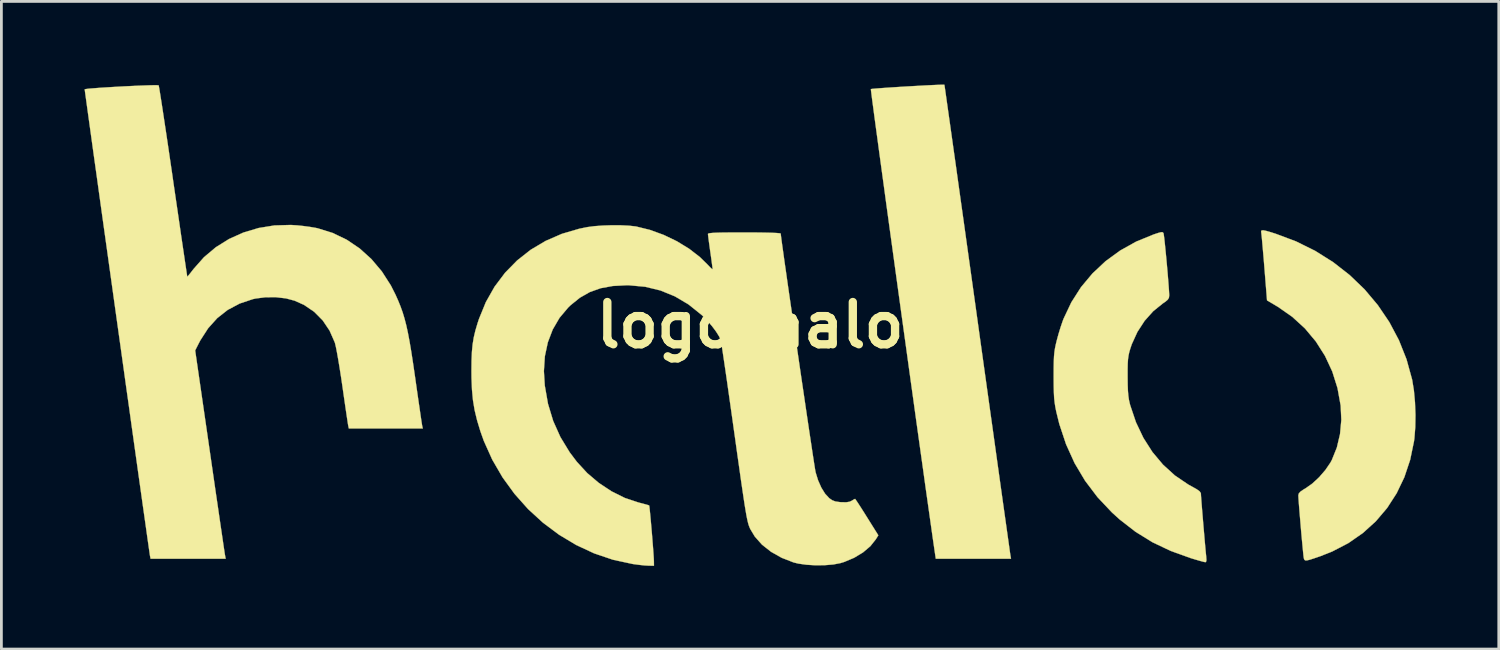
<source format=kicad_pcb>
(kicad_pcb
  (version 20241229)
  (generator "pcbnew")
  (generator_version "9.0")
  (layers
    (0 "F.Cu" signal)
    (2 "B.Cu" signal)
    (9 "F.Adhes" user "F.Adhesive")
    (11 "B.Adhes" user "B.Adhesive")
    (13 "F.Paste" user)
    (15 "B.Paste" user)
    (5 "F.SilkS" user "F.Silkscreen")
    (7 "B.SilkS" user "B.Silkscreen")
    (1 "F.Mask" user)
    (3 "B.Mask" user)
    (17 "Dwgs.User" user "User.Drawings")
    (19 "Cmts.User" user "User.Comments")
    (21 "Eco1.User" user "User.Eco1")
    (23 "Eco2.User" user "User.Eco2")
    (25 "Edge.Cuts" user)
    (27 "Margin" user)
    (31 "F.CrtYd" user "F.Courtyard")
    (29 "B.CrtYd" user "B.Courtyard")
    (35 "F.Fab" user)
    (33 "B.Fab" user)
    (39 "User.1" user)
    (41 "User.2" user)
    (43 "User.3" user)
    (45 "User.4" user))
  (footprint "logo_halo"
    (layer "F.Cu")
    (at 24.008 8.678)
    (property "Reference" "logo_halo" (at 0 0 0) (layer "F.SilkS") (effects (font (size 1.524 1.524) (thickness 0.3))))
    (attr through_hole)
    (fp_poly (pts (xy 18.605 -3.402) (xy 18.767 -3.356) (xy 18.953 -3.297) (xy 19.691 -3.02) (xy 20.384 -2.676) (xy 21.029 -2.27) (xy 21.623 -1.806) (xy 22.161 -1.289) (xy 22.638 -0.722) (xy 23.052 -0.111) (xy 23.398 0.542) (xy 23.672 1.23) (xy 23.871 1.951) (xy 23.878 1.983) (xy 23.939 2.359) (xy 23.978 2.787) (xy 23.995 3.237) (xy 23.988 3.678) (xy 23.957 4.079) (xy 23.942 4.188) (xy 23.804 4.856) (xy 23.595 5.482) (xy 23.316 6.063) (xy 22.973 6.594) (xy 22.566 7.073) (xy 22.099 7.496) (xy 21.574 7.861) (xy 20.995 8.162) (xy 20.574 8.329) (xy 20.347 8.407) (xy 20.187 8.459) (xy 20.083 8.484) (xy 20.02 8.485) (xy 19.987 8.46) (xy 19.97 8.412) (xy 19.963 8.372) (xy 19.952 8.285) (xy 19.937 8.13) (xy 19.917 7.923) (xy 19.894 7.678) (xy 19.87 7.411) (xy 19.847 7.135) (xy 19.824 6.865) (xy 19.804 6.618) (xy 19.787 6.406) (xy 19.776 6.245) (xy 19.771 6.15) (xy 19.771 6.138) (xy 19.787 6.071) (xy 19.845 6.005) (xy 19.958 5.927) (xy 20.029 5.886) (xy 20.273 5.714) (xy 20.519 5.486) (xy 20.745 5.225) (xy 20.929 4.955) (xy 20.979 4.863) (xy 21.159 4.416) (xy 21.274 3.929) (xy 21.321 3.417) (xy 21.297 2.9) (xy 21.183 2.269) (xy 20.994 1.67) (xy 20.732 1.108) (xy 20.402 0.588) (xy 20.007 0.116) (xy 19.55 -0.301) (xy 19.036 -0.66) (xy 19.004 -0.679) (xy 18.641 -0.894) (xy 18.547 -2.066) (xy 18.522 -2.377) (xy 18.497 -2.664) (xy 18.475 -2.914) (xy 18.457 -3.117) (xy 18.442 -3.26) (xy 18.434 -3.332) (xy 18.433 -3.334) (xy 18.428 -3.387) (xy 18.447 -3.417) (xy 18.503 -3.422) (xy 18.605 -3.402)) (stroke (width 0.01) (type solid)) (fill yes) (layer "F.SilkS"))
    (fp_poly (pts (xy 7.004 -8.671) (xy 7.011 -8.628) (xy 7.029 -8.506) (xy 7.057 -8.307) (xy 7.095 -8.037) (xy 7.143 -7.698) (xy 7.2 -7.296) (xy 7.265 -6.834) (xy 7.338 -6.315) (xy 7.419 -5.745) (xy 7.505 -5.127) (xy 7.598 -4.464) (xy 7.697 -3.761) (xy 7.8 -3.022) (xy 7.908 -2.251) (xy 8.02 -1.452) (xy 8.135 -0.628) (xy 8.187 -0.254) (xy 8.303 0.581) (xy 8.417 1.395) (xy 8.527 2.183) (xy 8.633 2.942) (xy 8.735 3.667) (xy 8.831 4.355) (xy 8.921 5.001) (xy 9.005 5.602) (xy 9.082 6.152) (xy 9.152 6.649) (xy 9.214 7.088) (xy 9.267 7.465) (xy 9.311 7.776) (xy 9.345 8.018) (xy 9.368 8.185) (xy 9.381 8.274) (xy 9.383 8.287) (xy 9.407 8.424) (xy 6.694 8.424) (xy 6.667 8.244) (xy 6.63 7.988) (xy 6.583 7.666) (xy 6.529 7.284) (xy 6.467 6.846) (xy 6.398 6.357) (xy 6.322 5.823) (xy 6.242 5.246) (xy 6.156 4.634) (xy 6.066 3.99) (xy 5.972 3.319) (xy 5.876 2.625) (xy 5.777 1.915) (xy 5.677 1.192) (xy 5.576 0.462) (xy 5.474 -0.271) (xy 5.373 -1.003) (xy 5.273 -1.727) (xy 5.175 -2.44) (xy 5.079 -3.136) (xy 4.986 -3.812) (xy 4.897 -4.461) (xy 4.813 -5.08) (xy 4.733 -5.663) (xy 4.659 -6.205) (xy 4.592 -6.702) (xy 4.531 -7.15) (xy 4.478 -7.542) (xy 4.434 -7.875) (xy 4.398 -8.143) (xy 4.373 -8.342) (xy 4.357 -8.467) (xy 4.353 -8.514) (xy 4.353 -8.514) (xy 4.4 -8.522) (xy 4.518 -8.533) (xy 4.695 -8.547) (xy 4.919 -8.563) (xy 5.178 -8.58) (xy 5.458 -8.598) (xy 5.748 -8.615) (xy 6.035 -8.631) (xy 6.307 -8.646) (xy 6.55 -8.658) (xy 6.753 -8.667) (xy 6.904 -8.672) (xy 6.989 -8.673) (xy 7.004 -8.671)) (stroke (width 0.01) (type solid)) (fill yes) (layer "F.SilkS"))
    (fp_poly (pts (xy 14.873 -3.353) (xy 14.9 -3.329) (xy 14.909 -3.311) (xy 14.919 -3.251) (xy 14.936 -3.122) (xy 14.956 -2.936) (xy 14.979 -2.708) (xy 15.004 -2.451) (xy 15.029 -2.181) (xy 15.053 -1.91) (xy 15.074 -1.654) (xy 15.092 -1.425) (xy 15.105 -1.239) (xy 15.112 -1.109) (xy 15.113 -1.071) (xy 15.103 -0.99) (xy 15.063 -0.922) (xy 14.976 -0.847) (xy 14.883 -0.784) (xy 14.535 -0.503) (xy 14.226 -0.157) (xy 13.966 0.243) (xy 13.764 0.685) (xy 13.709 0.847) (xy 13.671 0.977) (xy 13.645 1.099) (xy 13.627 1.23) (xy 13.617 1.39) (xy 13.613 1.597) (xy 13.613 1.863) (xy 13.616 2.149) (xy 13.624 2.37) (xy 13.639 2.546) (xy 13.661 2.697) (xy 13.694 2.842) (xy 13.708 2.893) (xy 13.914 3.503) (xy 14.182 4.066) (xy 14.508 4.577) (xy 14.889 5.031) (xy 15.319 5.422) (xy 15.797 5.746) (xy 15.937 5.823) (xy 16.109 5.92) (xy 16.211 5.995) (xy 16.253 6.057) (xy 16.256 6.074) (xy 16.259 6.142) (xy 16.269 6.28) (xy 16.284 6.474) (xy 16.303 6.71) (xy 16.325 6.973) (xy 16.348 7.249) (xy 16.372 7.524) (xy 16.394 7.783) (xy 16.415 8.013) (xy 16.432 8.198) (xy 16.445 8.325) (xy 16.447 8.35) (xy 16.456 8.479) (xy 16.44 8.54) (xy 16.416 8.549) (xy 16.356 8.537) (xy 16.233 8.504) (xy 16.067 8.456) (xy 15.891 8.403) (xy 15.173 8.145) (xy 14.511 7.831) (xy 13.899 7.453) (xy 13.326 7.008) (xy 13.048 6.756) (xy 12.527 6.204) (xy 12.079 5.612) (xy 11.701 4.977) (xy 11.392 4.295) (xy 11.149 3.564) (xy 11.04 3.122) (xy 11.006 2.952) (xy 10.981 2.793) (xy 10.963 2.625) (xy 10.953 2.43) (xy 10.947 2.19) (xy 10.945 1.886) (xy 10.945 1.841) (xy 10.946 1.543) (xy 10.95 1.31) (xy 10.958 1.127) (xy 10.972 0.975) (xy 10.993 0.836) (xy 11.023 0.692) (xy 11.058 0.548) (xy 11.121 0.317) (xy 11.196 0.072) (xy 11.271 -0.148) (xy 11.304 -0.235) (xy 11.583 -0.824) (xy 11.931 -1.369) (xy 12.345 -1.865) (xy 12.819 -2.309) (xy 13.348 -2.694) (xy 13.926 -3.016) (xy 14.55 -3.271) (xy 14.565 -3.276) (xy 14.723 -3.328) (xy 14.82 -3.353) (xy 14.873 -3.353)) (stroke (width 0.01) (type solid)) (fill yes) (layer "F.SilkS"))
    (fp_poly (pts (xy -21.359 -8.653) (xy -21.336 -8.648) (xy -21.326 -8.602) (xy -21.304 -8.478) (xy -21.273 -8.284) (xy -21.232 -8.024) (xy -21.183 -7.705) (xy -21.127 -7.334) (xy -21.064 -6.917) (xy -20.996 -6.461) (xy -20.924 -5.97) (xy -20.848 -5.453) (xy -20.81 -5.186) (xy -20.733 -4.658) (xy -20.659 -4.154) (xy -20.59 -3.681) (xy -20.527 -3.246) (xy -20.469 -2.854) (xy -20.418 -2.511) (xy -20.376 -2.224) (xy -20.342 -1.999) (xy -20.319 -1.842) (xy -20.306 -1.759) (xy -20.303 -1.748) (xy -20.276 -1.775) (xy -20.21 -1.855) (xy -20.117 -1.974) (xy -20.07 -2.034) (xy -19.7 -2.452) (xy -19.273 -2.811) (xy -18.797 -3.108) (xy -18.281 -3.34) (xy -17.732 -3.504) (xy -17.159 -3.597) (xy -16.569 -3.614) (xy -16.331 -3.599) (xy -16.106 -3.575) (xy -15.876 -3.544) (xy -15.677 -3.51) (xy -15.6 -3.494) (xy -15.06 -3.326) (xy -14.554 -3.083) (xy -14.087 -2.768) (xy -13.663 -2.385) (xy -13.286 -1.939) (xy -12.961 -1.433) (xy -12.791 -1.096) (xy -12.695 -0.88) (xy -12.611 -0.672) (xy -12.536 -0.463) (xy -12.469 -0.242) (xy -12.406 0.001) (xy -12.346 0.275) (xy -12.286 0.591) (xy -12.224 0.959) (xy -12.158 1.388) (xy -12.085 1.889) (xy -12.065 2.032) (xy -12.015 2.383) (xy -11.968 2.709) (xy -11.925 3.002) (xy -11.889 3.251) (xy -11.86 3.446) (xy -11.84 3.576) (xy -11.831 3.63) (xy -11.809 3.725) (xy -14.476 3.725) (xy -14.497 3.63) (xy -14.508 3.566) (xy -14.529 3.429) (xy -14.559 3.229) (xy -14.596 2.979) (xy -14.638 2.689) (xy -14.684 2.369) (xy -14.708 2.201) (xy -14.758 1.862) (xy -14.809 1.538) (xy -14.858 1.243) (xy -14.903 0.989) (xy -14.942 0.789) (xy -14.974 0.654) (xy -14.984 0.621) (xy -15.171 0.196) (xy -15.419 -0.172) (xy -15.726 -0.482) (xy -16.088 -0.728) (xy -16.425 -0.881) (xy -16.743 -0.966) (xy -17.105 -1.008) (xy -17.48 -1.007) (xy -17.839 -0.961) (xy -17.942 -0.938) (xy -18.419 -0.778) (xy -18.846 -0.55) (xy -19.222 -0.255) (xy -19.55 0.11) (xy -19.831 0.545) (xy -19.89 0.657) (xy -20.019 0.911) (xy -19.494 4.53) (xy -19.415 5.077) (xy -19.339 5.601) (xy -19.267 6.098) (xy -19.199 6.559) (xy -19.138 6.98) (xy -19.083 7.354) (xy -19.036 7.673) (xy -18.998 7.933) (xy -18.969 8.127) (xy -18.951 8.248) (xy -18.944 8.287) (xy -18.919 8.424) (xy -21.626 8.424) (xy -21.65 8.308) (xy -21.657 8.257) (xy -21.676 8.127) (xy -21.705 7.924) (xy -21.744 7.651) (xy -21.791 7.315) (xy -21.847 6.919) (xy -21.911 6.469) (xy -21.981 5.969) (xy -22.058 5.425) (xy -22.14 4.84) (xy -22.227 4.221) (xy -22.318 3.572) (xy -22.412 2.897) (xy -22.51 2.203) (xy -22.609 1.492) (xy -22.71 0.771) (xy -22.812 0.044) (xy -22.914 -0.684) (xy -23.015 -1.408) (xy -23.115 -2.123) (xy -23.213 -2.824) (xy -23.309 -3.508) (xy -23.401 -4.167) (xy -23.489 -4.799) (xy -23.572 -5.397) (xy -23.651 -5.958) (xy -23.723 -6.476) (xy -23.788 -6.946) (xy -23.846 -7.364) (xy -23.896 -7.724) (xy -23.937 -8.022) (xy -23.969 -8.253) (xy -23.991 -8.413) (xy -24.002 -8.495) (xy -24.003 -8.506) (xy -23.963 -8.516) (xy -23.85 -8.53) (xy -23.678 -8.544) (xy -23.457 -8.561) (xy -23.202 -8.577) (xy -22.923 -8.594) (xy -22.633 -8.61) (xy -22.345 -8.624) (xy -22.071 -8.637) (xy -21.823 -8.646) (xy -21.614 -8.653) (xy -21.455 -8.655) (xy -21.359 -8.653)) (stroke (width 0.01) (type solid)) (fill yes) (layer "F.SilkS"))
    (fp_poly (pts (xy -4.665 -3.602) (xy -4.374 -3.588) (xy -4.137 -3.562) (xy -4.108 -3.557) (xy -3.613 -3.435) (xy -3.119 -3.255) (xy -2.643 -3.026) (xy -2.203 -2.757) (xy -1.815 -2.457) (xy -1.549 -2.196) (xy -1.453 -2.095) (xy -1.384 -2.031) (xy -1.355 -2.017) (xy -1.355 -2.018) (xy -1.36 -2.072) (xy -1.376 -2.193) (xy -1.399 -2.365) (xy -1.428 -2.573) (xy -1.439 -2.647) (xy -1.469 -2.864) (xy -1.495 -3.054) (xy -1.513 -3.198) (xy -1.523 -3.281) (xy -1.523 -3.291) (xy -1.506 -3.307) (xy -1.447 -3.319) (xy -1.341 -3.329) (xy -1.18 -3.336) (xy -0.956 -3.341) (xy -0.664 -3.343) (xy -0.296 -3.344) (xy -0.212 -3.344) (xy 0.167 -3.343) (xy 0.49 -3.339) (xy 0.75 -3.333) (xy 0.942 -3.325) (xy 1.061 -3.315) (xy 1.101 -3.304) (xy 1.107 -3.244) (xy 1.124 -3.108) (xy 1.152 -2.902) (xy 1.19 -2.633) (xy 1.235 -2.308) (xy 1.289 -1.934) (xy 1.348 -1.518) (xy 1.413 -1.066) (xy 1.483 -0.586) (xy 1.555 -0.085) (xy 1.63 0.431) (xy 1.707 0.955) (xy 1.783 1.479) (xy 1.859 1.996) (xy 1.934 2.501) (xy 2.005 2.985) (xy 2.073 3.443) (xy 2.136 3.866) (xy 2.194 4.248) (xy 2.244 4.583) (xy 2.287 4.863) (xy 2.321 5.081) (xy 2.345 5.23) (xy 2.359 5.304) (xy 2.359 5.306) (xy 2.448 5.595) (xy 2.565 5.859) (xy 2.702 6.08) (xy 2.846 6.236) (xy 2.848 6.239) (xy 2.959 6.315) (xy 3.073 6.359) (xy 3.226 6.381) (xy 3.282 6.385) (xy 3.464 6.388) (xy 3.588 6.368) (xy 3.66 6.334) (xy 3.74 6.285) (xy 3.783 6.265) (xy 3.809 6.299) (xy 3.874 6.394) (xy 3.968 6.539) (xy 4.084 6.721) (xy 4.21 6.922) (xy 4.621 7.579) (xy 4.531 7.724) (xy 4.334 7.972) (xy 4.068 8.197) (xy 3.75 8.389) (xy 3.395 8.539) (xy 3.251 8.583) (xy 2.994 8.632) (xy 2.686 8.657) (xy 2.356 8.661) (xy 2.03 8.641) (xy 1.738 8.6) (xy 1.566 8.558) (xy 1.135 8.39) (xy 0.752 8.174) (xy 0.426 7.917) (xy 0.166 7.624) (xy 0.005 7.356) (xy -0.02 7.303) (xy -0.042 7.245) (xy -0.065 7.177) (xy -0.087 7.092) (xy -0.111 6.984) (xy -0.138 6.848) (xy -0.167 6.677) (xy -0.202 6.466) (xy -0.241 6.207) (xy -0.287 5.896) (xy -0.341 5.527) (xy -0.402 5.092) (xy -0.474 4.587) (xy -0.555 4.005) (xy -0.571 3.895) (xy -0.643 3.381) (xy -0.713 2.888) (xy -0.779 2.424) (xy -0.84 1.995) (xy -0.896 1.609) (xy -0.946 1.272) (xy -0.988 0.99) (xy -1.021 0.771) (xy -1.045 0.622) (xy -1.058 0.549) (xy -1.059 0.546) (xy -1.12 0.407) (xy -1.231 0.23) (xy -1.379 0.032) (xy -1.552 -0.168) (xy -1.734 -0.353) (xy -1.758 -0.374) (xy -2.223 -0.747) (xy -2.716 -1.039) (xy -3.238 -1.252) (xy -3.788 -1.385) (xy -4.366 -1.438) (xy -4.465 -1.439) (xy -4.958 -1.413) (xy -5.395 -1.333) (xy -5.787 -1.193) (xy -6.145 -0.989) (xy -6.48 -0.718) (xy -6.564 -0.637) (xy -6.877 -0.265) (xy -7.122 0.155) (xy -7.299 0.618) (xy -7.406 1.121) (xy -7.441 1.657) (xy -7.409 2.178) (xy -7.293 2.838) (xy -7.106 3.455) (xy -6.846 4.035) (xy -6.51 4.587) (xy -6.251 4.93) (xy -5.878 5.335) (xy -5.456 5.693) (xy -4.998 5.995) (xy -4.521 6.232) (xy -4.036 6.394) (xy -4.022 6.398) (xy -3.858 6.44) (xy -3.73 6.475) (xy -3.655 6.498) (xy -3.645 6.503) (xy -3.636 6.547) (xy -3.623 6.662) (xy -3.606 6.833) (xy -3.586 7.046) (xy -3.565 7.286) (xy -3.543 7.54) (xy -3.523 7.793) (xy -3.504 8.031) (xy -3.489 8.24) (xy -3.478 8.405) (xy -3.473 8.513) (xy -3.473 8.52) (xy -3.471 8.678) (xy -3.672 8.674) (xy -3.81 8.666) (xy -3.996 8.646) (xy -4.196 8.62) (xy -4.247 8.612) (xy -4.947 8.461) (xy -5.625 8.232) (xy -6.276 7.929) (xy -6.895 7.558) (xy -7.475 7.124) (xy -8.012 6.632) (xy -8.499 6.085) (xy -8.931 5.491) (xy -9.302 4.853) (xy -9.607 4.176) (xy -9.733 3.821) (xy -9.851 3.43) (xy -9.939 3.066) (xy -9.999 2.705) (xy -10.035 2.322) (xy -10.052 1.893) (xy -10.054 1.651) (xy -10.05 1.275) (xy -10.037 0.962) (xy -10.011 0.691) (xy -9.97 0.441) (xy -9.911 0.192) (xy -9.83 -0.08) (xy -9.781 -0.228) (xy -9.534 -0.832) (xy -9.22 -1.387) (xy -8.843 -1.888) (xy -8.407 -2.333) (xy -7.917 -2.719) (xy -7.376 -3.04) (xy -6.789 -3.295) (xy -6.16 -3.479) (xy -5.874 -3.537) (xy -5.616 -3.571) (xy -5.312 -3.593) (xy -4.986 -3.604) (xy -4.665 -3.602)) (stroke (width 0.01) (type solid)) (fill yes) (layer "F.SilkS")))
  (gr_rect
    (start -3 -3)
    (end 51.008 20.361)
    (stroke (width 0.1) (type default))
    (fill no)
    (layer "Edge.Cuts")))
</source>
